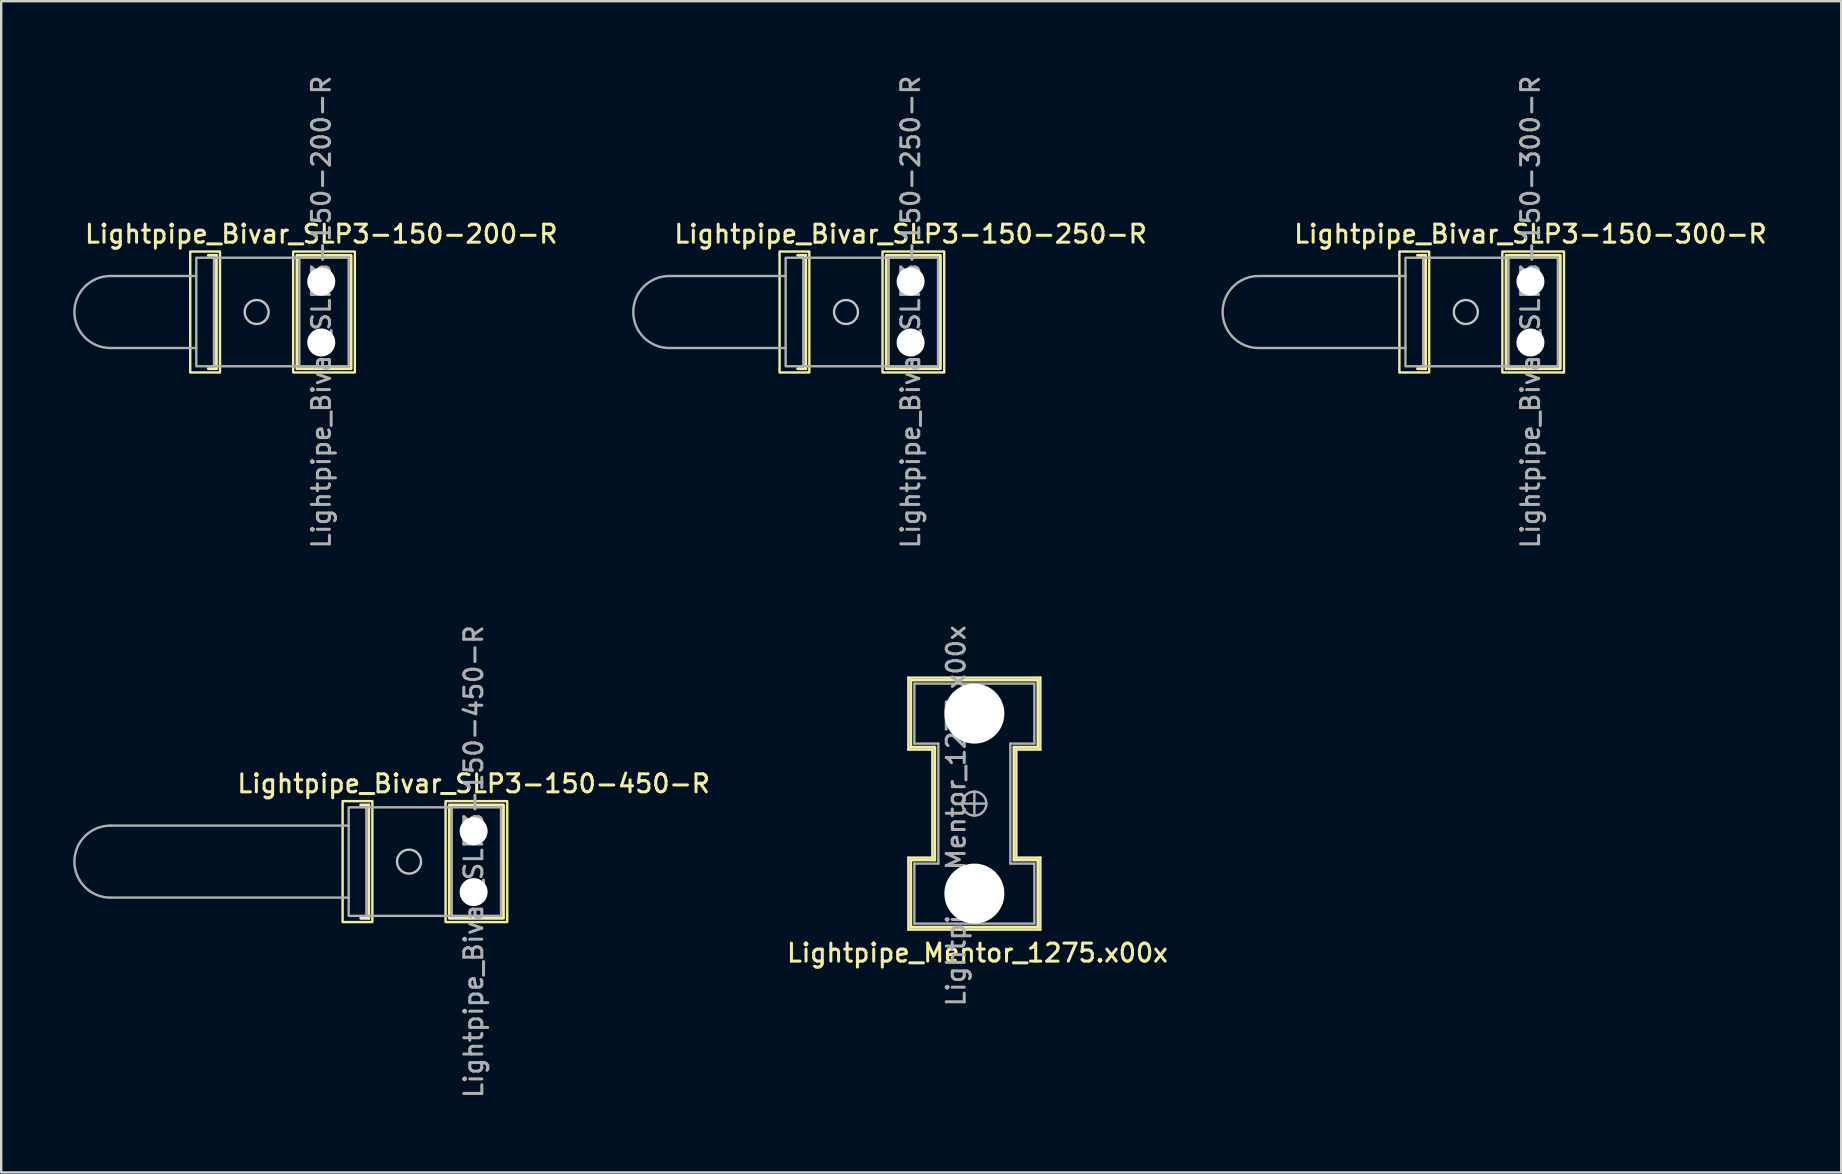
<source format=kicad_pcb>
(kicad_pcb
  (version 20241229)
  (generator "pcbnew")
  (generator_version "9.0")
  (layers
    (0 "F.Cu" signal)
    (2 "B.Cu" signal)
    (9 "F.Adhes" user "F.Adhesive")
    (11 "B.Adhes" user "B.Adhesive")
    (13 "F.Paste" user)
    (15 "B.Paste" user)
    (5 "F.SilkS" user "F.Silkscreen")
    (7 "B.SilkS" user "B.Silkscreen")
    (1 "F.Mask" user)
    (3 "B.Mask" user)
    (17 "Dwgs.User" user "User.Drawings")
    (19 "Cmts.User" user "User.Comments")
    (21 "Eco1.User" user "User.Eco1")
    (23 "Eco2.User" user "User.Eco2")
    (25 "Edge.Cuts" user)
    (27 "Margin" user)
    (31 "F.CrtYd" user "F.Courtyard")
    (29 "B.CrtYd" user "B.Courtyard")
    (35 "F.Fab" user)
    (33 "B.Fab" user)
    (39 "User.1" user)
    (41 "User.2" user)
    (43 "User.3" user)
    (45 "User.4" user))
  (footprint "Lightpipe_Bivar_SLP3-150-300-R"
    (layer "F.Cu")
    (at 60.725 9.952)
    (property "Reference" "Lightpipe_Bivar_SLP3-150-300-R" (at 0 -3.25 0) (layer "F.SilkS") (effects (font (size 0.75 0.75) (thickness 0.125))))
    (fp_line (start -4.707 -2.361) (end -4.37 -2.361) (stroke (width 0.12) (type default)) (layer "F.SilkS"))
    (fp_line (start -4.37 -2.361) (end -4.37 2.361) (stroke (width 0.12) (type default)) (layer "F.SilkS"))
    (fp_line (start -4.37 2.361) (end -4.707 2.361) (stroke (width 0.12) (type default)) (layer "F.SilkS"))
    (fp_rect (start -5.46 -2.52) (end -4.22 2.52) (stroke (width 0.1) (type solid)) (fill no) (layer "F.SilkS"))
    (fp_rect (start -1.17 -2.52) (end 1.4 2.52) (stroke (width 0.1) (type solid)) (fill no) (layer "F.SilkS"))
    (fp_rect (start -1.014 2.361) (end 1.243 -2.361) (stroke (width 0.12) (type solid)) (fill no) (layer "F.SilkS"))
    (fp_circle (center -2.692 0) (end -2.192 0) (stroke (width 0.1) (type solid)) (fill no) (layer "Dwgs.User"))
    (fp_line (start -11.327 -1.5) (end -5.207 -1.5) (stroke (width 0.1) (type solid)) (layer "F.Fab"))
    (fp_line (start -11.327 1.5) (end -5.207 1.5) (stroke (width 0.1) (type solid)) (layer "F.Fab"))
    (fp_line (start -4.47 -2.261) (end -0.914 -2.261) (stroke (width 0.1) (type solid)) (layer "F.Fab"))
    (fp_line (start -4.47 2.261) (end -0.914 2.261) (stroke (width 0.1) (type solid)) (layer "F.Fab"))
    (fp_rect (start -5.207 -2.261) (end -4.47 2.261) (stroke (width 0.1) (type solid)) (fill no) (layer "F.Fab"))
    (fp_rect (start -0.914 -2.261) (end 1.143 2.261) (stroke (width 0.1) (type solid)) (fill no) (layer "F.Fab"))
    (fp_arc (start -11.327 1.5) (mid -12.827 0) (end -11.327 -1.5) (stroke (width 0.1) (type solid)) (layer "F.Fab"))
    (fp_text user "${REFERENCE}" (at 0 0 90) (layer "F.Fab") (effects (font (size 0.75 0.75) (thickness 0.125))))
    (pad "" np_thru_hole circle (at 0 -1.27) (size 1.168 1.168) (drill 1.168) (layers "*.Cu" "*.Mask"))
    (pad "" np_thru_hole circle (at 0 1.27) (size 1.168 1.168) (drill 1.168) (layers "*.Cu" "*.Mask")))
  (footprint "Lightpipe_Bivar_SLP3-150-200-R"
    (layer "F.Cu")
    (at 10.337 9.952)
    (property "Reference" "Lightpipe_Bivar_SLP3-150-200-R" (at 0 -3.25 0) (layer "F.SilkS") (effects (font (size 0.75 0.75) (thickness 0.125))))
    (fp_line (start -4.707 -2.361) (end -4.37 -2.361) (stroke (width 0.12) (type default)) (layer "F.SilkS"))
    (fp_line (start -4.37 -2.361) (end -4.37 2.361) (stroke (width 0.12) (type default)) (layer "F.SilkS"))
    (fp_line (start -4.37 2.361) (end -4.707 2.361) (stroke (width 0.12) (type default)) (layer "F.SilkS"))
    (fp_rect (start -5.46 -2.52) (end -4.22 2.52) (stroke (width 0.1) (type solid)) (fill no) (layer "F.SilkS"))
    (fp_rect (start -1.17 -2.52) (end 1.4 2.52) (stroke (width 0.1) (type solid)) (fill no) (layer "F.SilkS"))
    (fp_rect (start -1.014 2.361) (end 1.243 -2.361) (stroke (width 0.12) (type solid)) (fill no) (layer "F.SilkS"))
    (fp_circle (center -2.692 0) (end -2.192 0) (stroke (width 0.1) (type solid)) (fill no) (layer "Dwgs.User"))
    (fp_line (start -8.787 -1.5) (end -5.207 -1.5) (stroke (width 0.1) (type solid)) (layer "F.Fab"))
    (fp_line (start -8.787 1.5) (end -5.207 1.5) (stroke (width 0.1) (type solid)) (layer "F.Fab"))
    (fp_line (start -4.47 -2.261) (end -0.914 -2.261) (stroke (width 0.1) (type solid)) (layer "F.Fab"))
    (fp_line (start -4.47 2.261) (end -0.914 2.261) (stroke (width 0.1) (type solid)) (layer "F.Fab"))
    (fp_rect (start -5.207 -2.261) (end -4.47 2.261) (stroke (width 0.1) (type solid)) (fill no) (layer "F.Fab"))
    (fp_rect (start -0.914 -2.261) (end 1.143 2.261) (stroke (width 0.1) (type solid)) (fill no) (layer "F.Fab"))
    (fp_arc (start -8.787 1.5) (mid -10.287 0) (end -8.787 -1.5) (stroke (width 0.1) (type solid)) (layer "F.Fab"))
    (fp_text user "${REFERENCE}" (at 0 0 90) (layer "F.Fab") (effects (font (size 0.75 0.75) (thickness 0.125))))
    (pad "" np_thru_hole circle (at 0 -1.27) (size 1.168 1.168) (drill 1.168) (layers "*.Cu" "*.Mask"))
    (pad "" np_thru_hole circle (at 0 1.27) (size 1.168 1.168) (drill 1.168) (layers "*.Cu" "*.Mask")))
  (footprint "Lightpipe_Bivar_SLP3-150-250-R"
    (layer "F.Cu")
    (at 34.896 9.952)
    (property "Reference" "Lightpipe_Bivar_SLP3-150-250-R" (at 0 -3.25 0) (layer "F.SilkS") (effects (font (size 0.75 0.75) (thickness 0.125))))
    (fp_line (start -4.707 -2.361) (end -4.37 -2.361) (stroke (width 0.12) (type default)) (layer "F.SilkS"))
    (fp_line (start -4.37 -2.361) (end -4.37 2.361) (stroke (width 0.12) (type default)) (layer "F.SilkS"))
    (fp_line (start -4.37 2.361) (end -4.707 2.361) (stroke (width 0.12) (type default)) (layer "F.SilkS"))
    (fp_rect (start -5.46 -2.52) (end -4.22 2.52) (stroke (width 0.1) (type solid)) (fill no) (layer "F.SilkS"))
    (fp_rect (start -1.17 -2.52) (end 1.4 2.52) (stroke (width 0.1) (type solid)) (fill no) (layer "F.SilkS"))
    (fp_rect (start -1.014 2.361) (end 1.243 -2.361) (stroke (width 0.12) (type solid)) (fill no) (layer "F.SilkS"))
    (fp_circle (center -2.692 0) (end -2.192 0) (stroke (width 0.1) (type solid)) (fill no) (layer "Dwgs.User"))
    (fp_line (start -10.057 -1.5) (end -5.207 -1.5) (stroke (width 0.1) (type solid)) (layer "F.Fab"))
    (fp_line (start -10.057 1.5) (end -5.207 1.5) (stroke (width 0.1) (type solid)) (layer "F.Fab"))
    (fp_line (start -4.47 -2.261) (end -0.914 -2.261) (stroke (width 0.1) (type solid)) (layer "F.Fab"))
    (fp_line (start -4.47 2.261) (end -0.914 2.261) (stroke (width 0.1) (type solid)) (layer "F.Fab"))
    (fp_rect (start -5.207 -2.261) (end -4.47 2.261) (stroke (width 0.1) (type solid)) (fill no) (layer "F.Fab"))
    (fp_rect (start -0.914 -2.261) (end 1.143 2.261) (stroke (width 0.1) (type solid)) (fill no) (layer "F.Fab"))
    (fp_arc (start -10.057 1.5) (mid -11.557 0) (end -10.057 -1.5) (stroke (width 0.1) (type solid)) (layer "F.Fab"))
    (fp_text user "${REFERENCE}" (at 0 0 90) (layer "F.Fab") (effects (font (size 0.75 0.75) (thickness 0.125))))
    (pad "" np_thru_hole circle (at 0 -1.27) (size 1.168 1.168) (drill 1.168) (layers "*.Cu" "*.Mask"))
    (pad "" np_thru_hole circle (at 0 1.27) (size 1.168 1.168) (drill 1.168) (layers "*.Cu" "*.Mask")))
  (footprint "Lightpipe_Bivar_SLP3-150-450-R"
    (layer "F.Cu")
    (at 16.687 32.855)
    (property "Reference" "Lightpipe_Bivar_SLP3-150-450-R" (at 0 -3.25 0) (layer "F.SilkS") (effects (font (size 0.75 0.75) (thickness 0.125))))
    (fp_line (start -4.707 -2.361) (end -4.37 -2.361) (stroke (width 0.12) (type default)) (layer "F.SilkS"))
    (fp_line (start -4.37 -2.361) (end -4.37 2.361) (stroke (width 0.12) (type default)) (layer "F.SilkS"))
    (fp_line (start -4.37 2.361) (end -4.707 2.361) (stroke (width 0.12) (type default)) (layer "F.SilkS"))
    (fp_rect (start -5.46 -2.52) (end -4.22 2.52) (stroke (width 0.1) (type solid)) (fill no) (layer "F.SilkS"))
    (fp_rect (start -1.17 -2.52) (end 1.4 2.52) (stroke (width 0.1) (type solid)) (fill no) (layer "F.SilkS"))
    (fp_rect (start -1.014 2.361) (end 1.243 -2.361) (stroke (width 0.12) (type solid)) (fill no) (layer "F.SilkS"))
    (fp_circle (center -2.692 0) (end -2.192 0) (stroke (width 0.1) (type solid)) (fill no) (layer "Dwgs.User"))
    (fp_line (start -15.137 -1.5) (end -5.207 -1.5) (stroke (width 0.1) (type solid)) (layer "F.Fab"))
    (fp_line (start -15.137 1.5) (end -5.207 1.5) (stroke (width 0.1) (type solid)) (layer "F.Fab"))
    (fp_line (start -4.47 -2.261) (end -0.914 -2.261) (stroke (width 0.1) (type solid)) (layer "F.Fab"))
    (fp_line (start -4.47 2.261) (end -0.914 2.261) (stroke (width 0.1) (type solid)) (layer "F.Fab"))
    (fp_rect (start -5.207 -2.261) (end -4.47 2.261) (stroke (width 0.1) (type solid)) (fill no) (layer "F.Fab"))
    (fp_rect (start -0.914 -2.261) (end 1.143 2.261) (stroke (width 0.1) (type solid)) (fill no) (layer "F.Fab"))
    (fp_arc (start -15.137 1.5) (mid -16.637 0) (end -15.137 -1.5) (stroke (width 0.1) (type solid)) (layer "F.Fab"))
    (fp_text user "${REFERENCE}" (at 0 0 90) (layer "F.Fab") (effects (font (size 0.75 0.75) (thickness 0.125))))
    (pad "" np_thru_hole circle (at 0 -1.27) (size 1.168 1.168) (drill 1.168) (layers "*.Cu" "*.Mask"))
    (pad "" np_thru_hole circle (at 0 1.27) (size 1.168 1.168) (drill 1.168) (layers "*.Cu" "*.Mask")))
  (footprint "Lightpipe_Mentor_1275.x00x"
    (layer "F.Cu")
    (at 37.553 30.437)
    (property "Reference" "Lightpipe_Mentor_1275.x00x" (at 0.127 6.223 0) (layer "F.SilkS") (effects (font (size 0.75 0.75) (thickness 0.125))))
    (attr through_hole)
    (fp_line (start -2.75 -5.25) (end -2.75 -2.25) (stroke (width 0.1) (type solid)) (layer "F.SilkS"))
    (fp_line (start -2.75 -2.25) (end -1.75 -2.25) (stroke (width 0.1) (type solid)) (layer "F.SilkS"))
    (fp_line (start -2.75 2.25) (end -2.75 5.25) (stroke (width 0.1) (type solid)) (layer "F.SilkS"))
    (fp_line (start -2.75 2.25) (end -1.75 2.25) (stroke (width 0.1) (type solid)) (layer "F.SilkS"))
    (fp_line (start -2.75 5.25) (end 2.75 5.25) (stroke (width 0.1) (type solid)) (layer "F.SilkS"))
    (fp_line (start -2.65 -5.15) (end 2.65 -5.15) (stroke (width 0.12) (type solid)) (layer "F.SilkS"))
    (fp_line (start -2.65 -2.35) (end -2.65 -5.15) (stroke (width 0.12) (type solid)) (layer "F.SilkS"))
    (fp_line (start -2.65 2.35) (end -2.65 5.15) (stroke (width 0.12) (type solid)) (layer "F.SilkS"))
    (fp_line (start -1.75 2.25) (end -1.75 -2.25) (stroke (width 0.1) (type solid)) (layer "F.SilkS"))
    (fp_line (start -1.65 -2.35) (end -2.65 -2.35) (stroke (width 0.12) (type solid)) (layer "F.SilkS"))
    (fp_line (start -1.65 -2.35) (end -1.65 2.35) (stroke (width 0.12) (type solid)) (layer "F.SilkS"))
    (fp_line (start -1.65 2.35) (end -2.65 2.35) (stroke (width 0.12) (type solid)) (layer "F.SilkS"))
    (fp_line (start 1.65 -2.35) (end 1.65 2.35) (stroke (width 0.12) (type solid)) (layer "F.SilkS"))
    (fp_line (start 1.65 -2.35) (end 2.65 -2.35) (stroke (width 0.12) (type solid)) (layer "F.SilkS"))
    (fp_line (start 1.65 2.35) (end 2.65 2.35) (stroke (width 0.12) (type solid)) (layer "F.SilkS"))
    (fp_line (start 1.75 -2.25) (end 1.75 2.25) (stroke (width 0.1) (type solid)) (layer "F.SilkS"))
    (fp_line (start 2.65 -5.15) (end 2.65 -2.35) (stroke (width 0.12) (type solid)) (layer "F.SilkS"))
    (fp_line (start 2.65 2.35) (end 2.65 5.15) (stroke (width 0.12) (type solid)) (layer "F.SilkS"))
    (fp_line (start 2.65 5.15) (end -2.65 5.15) (stroke (width 0.12) (type solid)) (layer "F.SilkS"))
    (fp_line (start 2.75 -5.25) (end -2.75 -5.25) (stroke (width 0.1) (type solid)) (layer "F.SilkS"))
    (fp_line (start 2.75 -2.25) (end 1.75 -2.25) (stroke (width 0.1) (type solid)) (layer "F.SilkS"))
    (fp_line (start 2.75 -2.25) (end 2.75 -5.25) (stroke (width 0.1) (type solid)) (layer "F.SilkS"))
    (fp_line (start 2.75 2.25) (end 1.75 2.25) (stroke (width 0.1) (type solid)) (layer "F.SilkS"))
    (fp_line (start 2.75 5.25) (end 2.75 2.25) (stroke (width 0.1) (type solid)) (layer "F.SilkS"))
    (fp_line (start -2.5 -5) (end 2.5 -5) (stroke (width 0.1) (type solid)) (layer "F.Fab"))
    (fp_line (start -2.5 -2.5) (end -2.5 -5) (stroke (width 0.1) (type solid)) (layer "F.Fab"))
    (fp_line (start -2.5 -2.5) (end -1.5 -2.5) (stroke (width 0.1) (type solid)) (layer "F.Fab"))
    (fp_line (start -2.5 5) (end -2.5 2.5) (stroke (width 0.1) (type solid)) (layer "F.Fab"))
    (fp_line (start -1.5 -2.5) (end -1.5 2.5) (stroke (width 0.1) (type solid)) (layer "F.Fab"))
    (fp_line (start -1.5 2.5) (end -2.5 2.5) (stroke (width 0.1) (type solid)) (layer "F.Fab"))
    (fp_line (start -0.5 0) (end 0.5 0) (stroke (width 0.1) (type solid)) (layer "F.Fab"))
    (fp_line (start 0 -0.5) (end 0 0.5) (stroke (width 0.1) (type solid)) (layer "F.Fab"))
    (fp_line (start 1.5 -2.5) (end 1.5 2.5) (stroke (width 0.1) (type solid)) (layer "F.Fab"))
    (fp_line (start 1.5 -2.5) (end 2.5 -2.5) (stroke (width 0.1) (type solid)) (layer "F.Fab"))
    (fp_line (start 1.5 2.5) (end 2.5 2.5) (stroke (width 0.1) (type solid)) (layer "F.Fab"))
    (fp_line (start 2.5 -5) (end 2.5 -2.5) (stroke (width 0.1) (type solid)) (layer "F.Fab"))
    (fp_line (start 2.5 2.5) (end 2.5 5) (stroke (width 0.1) (type solid)) (layer "F.Fab"))
    (fp_line (start 2.5 5) (end -2.5 5) (stroke (width 0.1) (type solid)) (layer "F.Fab"))
    (fp_circle (center 0 0) (end 0.5 0) (stroke (width 0.1) (type solid)) (fill no) (layer "F.Fab"))
    (fp_text user "${REFERENCE}" (at -0.762 0.508 90) (layer "F.Fab") (effects (font (size 0.75 0.75) (thickness 0.125))))
    (pad "" np_thru_hole circle (at 0 -3.75) (size 2.5 2.5) (drill 2.5) (layers "*.Cu" "*.Mask"))
    (pad "" np_thru_hole circle (at 0 3.75) (size 2.5 2.5) (drill 2.5) (layers "*.Cu" "*.Mask")))
  (gr_rect
    (start -3 -3)
    (end 73.676 45.807)
    (stroke (width 0.1) (type default))
    (fill no)
    (layer "Edge.Cuts")))
</source>
